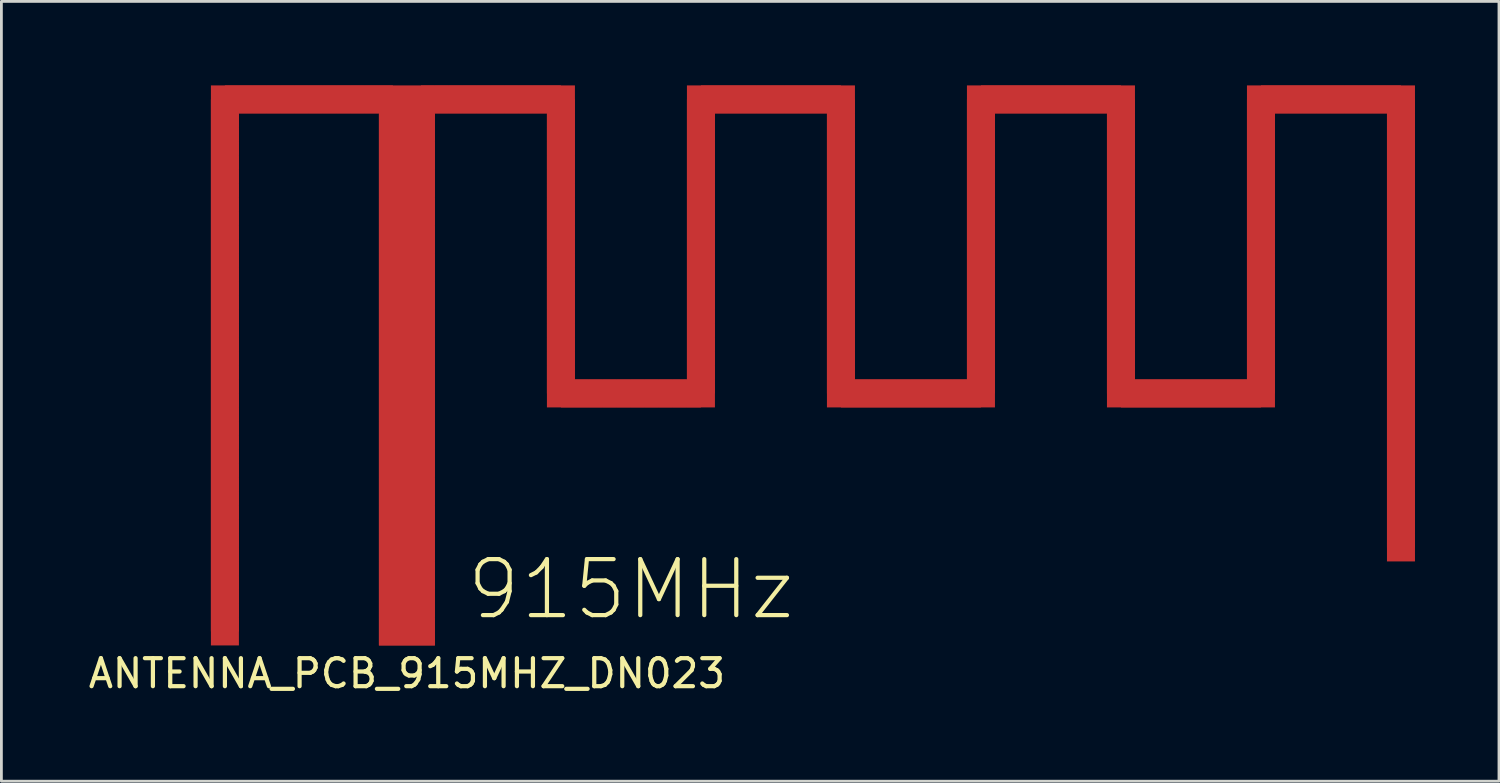
<source format=kicad_pcb>
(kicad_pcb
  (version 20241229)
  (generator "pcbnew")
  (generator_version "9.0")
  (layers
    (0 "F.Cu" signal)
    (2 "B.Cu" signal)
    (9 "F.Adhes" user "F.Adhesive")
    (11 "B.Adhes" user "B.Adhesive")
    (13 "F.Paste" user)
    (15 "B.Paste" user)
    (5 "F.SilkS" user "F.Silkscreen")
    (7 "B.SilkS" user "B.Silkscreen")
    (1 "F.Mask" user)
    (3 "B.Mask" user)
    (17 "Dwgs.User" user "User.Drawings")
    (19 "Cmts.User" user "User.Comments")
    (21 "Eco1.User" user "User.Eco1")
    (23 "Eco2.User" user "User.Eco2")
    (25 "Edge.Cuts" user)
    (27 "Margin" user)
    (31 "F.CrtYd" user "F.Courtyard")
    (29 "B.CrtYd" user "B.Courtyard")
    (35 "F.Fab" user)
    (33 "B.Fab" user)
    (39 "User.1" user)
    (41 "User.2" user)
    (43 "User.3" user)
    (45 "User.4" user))
  (footprint "ANTENNA_PCB_915MHZ_DN023"
    (layer "F.Cu")
    (at 11.482 20)
    (property "Reference" "ANTENNA_PCB_915MHZ_DN023" (at 0 1 0) (layer "F.SilkS") (effects (font (size 1 1) (thickness 0.15))))
    (attr through_hole)
    (fp_text user "915MHz" (at 8 -2 0) (layer "F.SilkS") (effects (font (size 2 2) (thickness 0.15))))
    (pad "" smd rect (at -6.5 -19.5) (size 1 1) (layers "F.Cu"))
    (pad "" smd rect (at -6.5 -19) (size 1 1) (layers "F.Cu"))
    (pad "" smd rect (at -6.5 -18.5) (size 1 1) (layers "F.Cu"))
    (pad "" smd rect (at -6.5 -18) (size 1 1) (layers "F.Cu"))
    (pad "" smd rect (at -6.5 -17.5) (size 1 1) (layers "F.Cu"))
    (pad "" smd rect (at -6.5 -17) (size 1 1) (layers "F.Cu"))
    (pad "" smd rect (at -6.5 -16.5) (size 1 1) (layers "F.Cu"))
    (pad "" smd rect (at -6.5 -16) (size 1 1) (layers "F.Cu"))
    (pad "" smd rect (at -6.5 -15.5) (size 1 1) (layers "F.Cu"))
    (pad "" smd rect (at -6.5 -15) (size 1 1) (layers "F.Cu"))
    (pad "" smd rect (at -6.5 -14.5) (size 1 1) (layers "F.Cu"))
    (pad "" smd rect (at -6.5 -14) (size 1 1) (layers "F.Cu"))
    (pad "" smd rect (at -6.5 -13.5) (size 1 1) (layers "F.Cu"))
    (pad "" smd rect (at -6.5 -13) (size 1 1) (layers "F.Cu"))
    (pad "" smd rect (at -6.5 -12.5) (size 1 1) (layers "F.Cu"))
    (pad "" smd rect (at -6.5 -12) (size 1 1) (layers "F.Cu"))
    (pad "" smd rect (at -6.5 -11.5) (size 1 1) (layers "F.Cu"))
    (pad "" smd rect (at -6.5 -11) (size 1 1) (layers "F.Cu"))
    (pad "" smd rect (at -6.5 -10.5) (size 1 1) (layers "F.Cu"))
    (pad "" smd rect (at -6.5 -10) (size 1 1) (layers "F.Cu"))
    (pad "" smd rect (at -6.5 -9.5) (size 1 1) (layers "F.Cu"))
    (pad "" smd rect (at -6.5 -9) (size 1 1) (layers "F.Cu"))
    (pad "" smd rect (at -6.5 -8.5) (size 1 1) (layers "F.Cu"))
    (pad "" smd rect (at -6.5 -8) (size 1 1) (layers "F.Cu"))
    (pad "" smd rect (at -6.5 -7.5) (size 1 1) (layers "F.Cu"))
    (pad "" smd rect (at -6.5 -7) (size 1 1) (layers "F.Cu"))
    (pad "" smd rect (at -6.5 -6.5) (size 1 1) (layers "F.Cu"))
    (pad "" smd rect (at -6.5 -6) (size 1 1) (layers "F.Cu"))
    (pad "" smd rect (at -6.5 -5.5) (size 1 1) (layers "F.Cu"))
    (pad "" smd rect (at -6.5 -5) (size 1 1) (layers "F.Cu"))
    (pad "" smd rect (at -6.5 -4.5) (size 1 1) (layers "F.Cu"))
    (pad "" smd rect (at -6.5 -4) (size 1 1) (layers "F.Cu"))
    (pad "" smd rect (at -6.5 -3.5) (size 1 1) (layers "F.Cu"))
    (pad "" smd rect (at -6.5 -3) (size 1 1) (layers "F.Cu"))
    (pad "" smd rect (at -6.5 -2.5) (size 1 1) (layers "F.Cu"))
    (pad "" smd rect (at -6.5 -2) (size 1 1) (layers "F.Cu"))
    (pad "" smd rect (at -6.5 -1.5) (size 1 1) (layers "F.Cu"))
    (pad "" smd rect (at -6.5 -1) (size 1 1) (layers "F.Cu"))
    (pad "" smd rect (at -6 -19.5) (size 1 1) (layers "F.Cu"))
    (pad "" smd rect (at -5.5 -19.5) (size 1 1) (layers "F.Cu"))
    (pad "" smd rect (at -5 -19.5) (size 1 1) (layers "F.Cu"))
    (pad "" smd rect (at -4.5 -19.5) (size 1 1) (layers "F.Cu"))
    (pad "" smd rect (at -4 -19.5) (size 1 1) (layers "F.Cu"))
    (pad "" smd rect (at -3.5 -19.5) (size 1 1) (layers "F.Cu"))
    (pad "" smd rect (at -3 -19.5) (size 1 1) (layers "F.Cu"))
    (pad "" smd rect (at -2.5 -19.5) (size 1 1) (layers "F.Cu"))
    (pad "" smd rect (at -2 -19.5) (size 1 1) (layers "F.Cu"))
    (pad "" smd rect (at -1.5 -19.5) (size 1 1) (layers "F.Cu"))
    (pad "" smd rect (at -1 -19.5) (size 1 1) (layers "F.Cu"))
    (pad "" smd rect (at 0 -19) (size 2 2) (layers "F.Cu"))
    (pad "" smd rect (at 0 -18) (size 2 2) (layers "F.Cu"))
    (pad "" smd rect (at 0 -17) (size 2 2) (layers "F.Cu"))
    (pad "" smd rect (at 0 -16) (size 2 2) (layers "F.Cu"))
    (pad "" smd rect (at 0 -15) (size 2 2) (layers "F.Cu"))
    (pad "" smd rect (at 0 -14) (size 2 2) (layers "F.Cu"))
    (pad "" smd rect (at 0 -13) (size 2 2) (layers "F.Cu"))
    (pad "" smd rect (at 0 -12) (size 2 2) (layers "F.Cu"))
    (pad "" smd rect (at 0 -11) (size 2 2) (layers "F.Cu"))
    (pad "" smd rect (at 0 -10) (size 2 2) (layers "F.Cu"))
    (pad "" smd rect (at 0 -9) (size 2 2) (layers "F.Cu"))
    (pad "" smd rect (at 0 -8) (size 2 2) (layers "F.Cu"))
    (pad "" smd rect (at 0 -7) (size 2 2) (layers "F.Cu"))
    (pad "" smd rect (at 0 -6) (size 2 2) (layers "F.Cu"))
    (pad "" smd rect (at 0 -5) (size 2 2) (layers "F.Cu"))
    (pad "" smd rect (at 0 -4) (size 2 2) (layers "F.Cu"))
    (pad "" smd rect (at 0 -3) (size 2 2) (layers "F.Cu"))
    (pad "" smd rect (at 0 -2) (size 2 2) (layers "F.Cu"))
    (pad "" smd rect (at 0 -1) (size 2 2) (layers "F.Cu"))
    (pad "" smd rect (at 1 -19.5) (size 1 1) (layers "F.Cu"))
    (pad "" smd rect (at 1.5 -19.5) (size 1 1) (layers "F.Cu"))
    (pad "" smd rect (at 2 -19.5) (size 1 1) (layers "F.Cu"))
    (pad "" smd rect (at 2.5 -19.5) (size 1 1) (layers "F.Cu"))
    (pad "" smd rect (at 3 -19.5) (size 1 1) (layers "F.Cu"))
    (pad "" smd rect (at 3.5 -19.5) (size 1 1) (layers "F.Cu"))
    (pad "" smd rect (at 4 -19.5) (size 1 1) (layers "F.Cu"))
    (pad "" smd rect (at 4.5 -19.5) (size 1 1) (layers "F.Cu"))
    (pad "" smd rect (at 5 -19.5) (size 1 1) (layers "F.Cu"))
    (pad "" smd rect (at 5.5 -19.5) (size 1 1) (layers "F.Cu"))
    (pad "" smd rect (at 5.5 -19) (size 1 1) (layers "F.Cu"))
    (pad "" smd rect (at 5.5 -18.5) (size 1 1) (layers "F.Cu"))
    (pad "" smd rect (at 5.5 -18) (size 1 1) (layers "F.Cu"))
    (pad "" smd rect (at 5.5 -17.5) (size 1 1) (layers "F.Cu"))
    (pad "" smd rect (at 5.5 -17) (size 1 1) (layers "F.Cu"))
    (pad "" smd rect (at 5.5 -16.5) (size 1 1) (layers "F.Cu"))
    (pad "" smd rect (at 5.5 -16) (size 1 1) (layers "F.Cu"))
    (pad "" smd rect (at 5.5 -15.5) (size 1 1) (layers "F.Cu"))
    (pad "" smd rect (at 5.5 -15) (size 1 1) (layers "F.Cu"))
    (pad "" smd rect (at 5.5 -14.5) (size 1 1) (layers "F.Cu"))
    (pad "" smd rect (at 5.5 -14) (size 1 1) (layers "F.Cu"))
    (pad "" smd rect (at 5.5 -13.5) (size 1 1) (layers "F.Cu"))
    (pad "" smd rect (at 5.5 -13) (size 1 1) (layers "F.Cu"))
    (pad "" smd rect (at 5.5 -12.5) (size 1 1) (layers "F.Cu"))
    (pad "" smd rect (at 5.5 -12) (size 1 1) (layers "F.Cu"))
    (pad "" smd rect (at 5.5 -11.5) (size 1 1) (layers "F.Cu"))
    (pad "" smd rect (at 5.5 -11) (size 1 1) (layers "F.Cu"))
    (pad "" smd rect (at 5.5 -10.5) (size 1 1) (layers "F.Cu"))
    (pad "" smd rect (at 5.5 -10) (size 1 1) (layers "F.Cu"))
    (pad "" smd rect (at 5.5 -9.5) (size 1 1) (layers "F.Cu"))
    (pad "" smd rect (at 5.5 -9) (size 1 1) (layers "F.Cu"))
    (pad "" smd rect (at 6 -9) (size 1 1) (layers "F.Cu"))
    (pad "" smd rect (at 6.5 -9) (size 1 1) (layers "F.Cu"))
    (pad "" smd rect (at 7 -9) (size 1 1) (layers "F.Cu"))
    (pad "" smd rect (at 7.5 -9) (size 1 1) (layers "F.Cu"))
    (pad "" smd rect (at 8 -9) (size 1 1) (layers "F.Cu"))
    (pad "" smd rect (at 8.5 -9) (size 1 1) (layers "F.Cu"))
    (pad "" smd rect (at 9 -9) (size 1 1) (layers "F.Cu"))
    (pad "" smd rect (at 9.5 -9) (size 1 1) (layers "F.Cu"))
    (pad "" smd rect (at 10 -9) (size 1 1) (layers "F.Cu"))
    (pad "" smd rect (at 10.5 -19.5) (size 1 1) (layers "F.Cu"))
    (pad "" smd rect (at 10.5 -19) (size 1 1) (layers "F.Cu"))
    (pad "" smd rect (at 10.5 -18.5) (size 1 1) (layers "F.Cu"))
    (pad "" smd rect (at 10.5 -18) (size 1 1) (layers "F.Cu"))
    (pad "" smd rect (at 10.5 -17.5) (size 1 1) (layers "F.Cu"))
    (pad "" smd rect (at 10.5 -17) (size 1 1) (layers "F.Cu"))
    (pad "" smd rect (at 10.5 -16.5) (size 1 1) (layers "F.Cu"))
    (pad "" smd rect (at 10.5 -16) (size 1 1) (layers "F.Cu"))
    (pad "" smd rect (at 10.5 -15.5) (size 1 1) (layers "F.Cu"))
    (pad "" smd rect (at 10.5 -15) (size 1 1) (layers "F.Cu"))
    (pad "" smd rect (at 10.5 -14.5) (size 1 1) (layers "F.Cu"))
    (pad "" smd rect (at 10.5 -14) (size 1 1) (layers "F.Cu"))
    (pad "" smd rect (at 10.5 -13.5) (size 1 1) (layers "F.Cu"))
    (pad "" smd rect (at 10.5 -13) (size 1 1) (layers "F.Cu"))
    (pad "" smd rect (at 10.5 -12.5) (size 1 1) (layers "F.Cu"))
    (pad "" smd rect (at 10.5 -12) (size 1 1) (layers "F.Cu"))
    (pad "" smd rect (at 10.5 -11.5) (size 1 1) (layers "F.Cu"))
    (pad "" smd rect (at 10.5 -11) (size 1 1) (layers "F.Cu"))
    (pad "" smd rect (at 10.5 -10.5) (size 1 1) (layers "F.Cu"))
    (pad "" smd rect (at 10.5 -10) (size 1 1) (layers "F.Cu"))
    (pad "" smd rect (at 10.5 -9.5) (size 1 1) (layers "F.Cu"))
    (pad "" smd rect (at 10.5 -9) (size 1 1) (layers "F.Cu"))
    (pad "" smd rect (at 11 -19.5) (size 1 1) (layers "F.Cu"))
    (pad "" smd rect (at 11.5 -19.5) (size 1 1) (layers "F.Cu"))
    (pad "" smd rect (at 12 -19.5) (size 1 1) (layers "F.Cu"))
    (pad "" smd rect (at 12.5 -19.5) (size 1 1) (layers "F.Cu"))
    (pad "" smd rect (at 13 -19.5) (size 1 1) (layers "F.Cu"))
    (pad "" smd rect (at 13.5 -19.5) (size 1 1) (layers "F.Cu"))
    (pad "" smd rect (at 14 -19.5) (size 1 1) (layers "F.Cu"))
    (pad "" smd rect (at 14.5 -19.5) (size 1 1) (layers "F.Cu"))
    (pad "" smd rect (at 15 -19.5) (size 1 1) (layers "F.Cu"))
    (pad "" smd rect (at 15.5 -19.5) (size 1 1) (layers "F.Cu"))
    (pad "" smd rect (at 15.5 -19) (size 1 1) (layers "F.Cu"))
    (pad "" smd rect (at 15.5 -18.5) (size 1 1) (layers "F.Cu"))
    (pad "" smd rect (at 15.5 -18) (size 1 1) (layers "F.Cu"))
    (pad "" smd rect (at 15.5 -17.5) (size 1 1) (layers "F.Cu"))
    (pad "" smd rect (at 15.5 -17) (size 1 1) (layers "F.Cu"))
    (pad "" smd rect (at 15.5 -16.5) (size 1 1) (layers "F.Cu"))
    (pad "" smd rect (at 15.5 -16) (size 1 1) (layers "F.Cu"))
    (pad "" smd rect (at 15.5 -15.5) (size 1 1) (layers "F.Cu"))
    (pad "" smd rect (at 15.5 -15) (size 1 1) (layers "F.Cu"))
    (pad "" smd rect (at 15.5 -14.5) (size 1 1) (layers "F.Cu"))
    (pad "" smd rect (at 15.5 -14) (size 1 1) (layers "F.Cu"))
    (pad "" smd rect (at 15.5 -13.5) (size 1 1) (layers "F.Cu"))
    (pad "" smd rect (at 15.5 -13) (size 1 1) (layers "F.Cu"))
    (pad "" smd rect (at 15.5 -12.5) (size 1 1) (layers "F.Cu"))
    (pad "" smd rect (at 15.5 -12) (size 1 1) (layers "F.Cu"))
    (pad "" smd rect (at 15.5 -11.5) (size 1 1) (layers "F.Cu"))
    (pad "" smd rect (at 15.5 -11) (size 1 1) (layers "F.Cu"))
    (pad "" smd rect (at 15.5 -10.5) (size 1 1) (layers "F.Cu"))
    (pad "" smd rect (at 15.5 -10) (size 1 1) (layers "F.Cu"))
    (pad "" smd rect (at 15.5 -9.5) (size 1 1) (layers "F.Cu"))
    (pad "" smd rect (at 15.5 -9) (size 1 1) (layers "F.Cu"))
    (pad "" smd rect (at 16 -9) (size 1 1) (layers "F.Cu"))
    (pad "" smd rect (at 16.5 -9) (size 1 1) (layers "F.Cu"))
    (pad "" smd rect (at 17 -9) (size 1 1) (layers "F.Cu"))
    (pad "" smd rect (at 17.5 -9) (size 1 1) (layers "F.Cu"))
    (pad "" smd rect (at 18 -9) (size 1 1) (layers "F.Cu"))
    (pad "" smd rect (at 18.5 -9) (size 1 1) (layers "F.Cu"))
    (pad "" smd rect (at 19 -9) (size 1 1) (layers "F.Cu"))
    (pad "" smd rect (at 19.5 -9) (size 1 1) (layers "F.Cu"))
    (pad "" smd rect (at 20 -9) (size 1 1) (layers "F.Cu"))
    (pad "" smd rect (at 20.5 -19.5) (size 1 1) (layers "F.Cu"))
    (pad "" smd rect (at 20.5 -19) (size 1 1) (layers "F.Cu"))
    (pad "" smd rect (at 20.5 -18.5) (size 1 1) (layers "F.Cu"))
    (pad "" smd rect (at 20.5 -18) (size 1 1) (layers "F.Cu"))
    (pad "" smd rect (at 20.5 -17.5) (size 1 1) (layers "F.Cu"))
    (pad "" smd rect (at 20.5 -17) (size 1 1) (layers "F.Cu"))
    (pad "" smd rect (at 20.5 -16.5) (size 1 1) (layers "F.Cu"))
    (pad "" smd rect (at 20.5 -16) (size 1 1) (layers "F.Cu"))
    (pad "" smd rect (at 20.5 -15.5) (size 1 1) (layers "F.Cu"))
    (pad "" smd rect (at 20.5 -15) (size 1 1) (layers "F.Cu"))
    (pad "" smd rect (at 20.5 -14.5) (size 1 1) (layers "F.Cu"))
    (pad "" smd rect (at 20.5 -14) (size 1 1) (layers "F.Cu"))
    (pad "" smd rect (at 20.5 -13.5) (size 1 1) (layers "F.Cu"))
    (pad "" smd rect (at 20.5 -13) (size 1 1) (layers "F.Cu"))
    (pad "" smd rect (at 20.5 -12.5) (size 1 1) (layers "F.Cu"))
    (pad "" smd rect (at 20.5 -12) (size 1 1) (layers "F.Cu"))
    (pad "" smd rect (at 20.5 -11.5) (size 1 1) (layers "F.Cu"))
    (pad "" smd rect (at 20.5 -11) (size 1 1) (layers "F.Cu"))
    (pad "" smd rect (at 20.5 -10.5) (size 1 1) (layers "F.Cu"))
    (pad "" smd rect (at 20.5 -10) (size 1 1) (layers "F.Cu"))
    (pad "" smd rect (at 20.5 -9.5) (size 1 1) (layers "F.Cu"))
    (pad "" smd rect (at 20.5 -9) (size 1 1) (layers "F.Cu"))
    (pad "" smd rect (at 21 -19.5) (size 1 1) (layers "F.Cu"))
    (pad "" smd rect (at 21.5 -19.5) (size 1 1) (layers "F.Cu"))
    (pad "" smd rect (at 22 -19.5) (size 1 1) (layers "F.Cu"))
    (pad "" smd rect (at 22.5 -19.5) (size 1 1) (layers "F.Cu"))
    (pad "" smd rect (at 23 -19.5) (size 1 1) (layers "F.Cu"))
    (pad "" smd rect (at 23.5 -19.5) (size 1 1) (layers "F.Cu"))
    (pad "" smd rect (at 24 -19.5) (size 1 1) (layers "F.Cu"))
    (pad "" smd rect (at 24.5 -19.5) (size 1 1) (layers "F.Cu"))
    (pad "" smd rect (at 25 -19.5) (size 1 1) (layers "F.Cu"))
    (pad "" smd rect (at 25.5 -19.5) (size 1 1) (layers "F.Cu"))
    (pad "" smd rect (at 25.5 -19) (size 1 1) (layers "F.Cu"))
    (pad "" smd rect (at 25.5 -18.5) (size 1 1) (layers "F.Cu"))
    (pad "" smd rect (at 25.5 -18) (size 1 1) (layers "F.Cu"))
    (pad "" smd rect (at 25.5 -17.5) (size 1 1) (layers "F.Cu"))
    (pad "" smd rect (at 25.5 -17) (size 1 1) (layers "F.Cu"))
    (pad "" smd rect (at 25.5 -16.5) (size 1 1) (layers "F.Cu"))
    (pad "" smd rect (at 25.5 -16) (size 1 1) (layers "F.Cu"))
    (pad "" smd rect (at 25.5 -15.5) (size 1 1) (layers "F.Cu"))
    (pad "" smd rect (at 25.5 -15) (size 1 1) (layers "F.Cu"))
    (pad "" smd rect (at 25.5 -14.5) (size 1 1) (layers "F.Cu"))
    (pad "" smd rect (at 25.5 -14) (size 1 1) (layers "F.Cu"))
    (pad "" smd rect (at 25.5 -13.5) (size 1 1) (layers "F.Cu"))
    (pad "" smd rect (at 25.5 -13) (size 1 1) (layers "F.Cu"))
    (pad "" smd rect (at 25.5 -12.5) (size 1 1) (layers "F.Cu"))
    (pad "" smd rect (at 25.5 -12) (size 1 1) (layers "F.Cu"))
    (pad "" smd rect (at 25.5 -11.5) (size 1 1) (layers "F.Cu"))
    (pad "" smd rect (at 25.5 -11) (size 1 1) (layers "F.Cu"))
    (pad "" smd rect (at 25.5 -10.5) (size 1 1) (layers "F.Cu"))
    (pad "" smd rect (at 25.5 -10) (size 1 1) (layers "F.Cu"))
    (pad "" smd rect (at 25.5 -9.5) (size 1 1) (layers "F.Cu"))
    (pad "" smd rect (at 25.5 -9) (size 1 1) (layers "F.Cu"))
    (pad "" smd rect (at 26 -9) (size 1 1) (layers "F.Cu"))
    (pad "" smd rect (at 26.5 -9) (size 1 1) (layers "F.Cu"))
    (pad "" smd rect (at 27 -9) (size 1 1) (layers "F.Cu"))
    (pad "" smd rect (at 27.5 -9) (size 1 1) (layers "F.Cu"))
    (pad "" smd rect (at 28 -9) (size 1 1) (layers "F.Cu"))
    (pad "" smd rect (at 28.5 -9) (size 1 1) (layers "F.Cu"))
    (pad "" smd rect (at 29 -9) (size 1 1) (layers "F.Cu"))
    (pad "" smd rect (at 29.5 -9) (size 1 1) (layers "F.Cu"))
    (pad "" smd rect (at 30 -9) (size 1 1) (layers "F.Cu"))
    (pad "" smd rect (at 30.5 -19.5) (size 1 1) (layers "F.Cu"))
    (pad "" smd rect (at 30.5 -19) (size 1 1) (layers "F.Cu"))
    (pad "" smd rect (at 30.5 -18.5) (size 1 1) (layers "F.Cu"))
    (pad "" smd rect (at 30.5 -18) (size 1 1) (layers "F.Cu"))
    (pad "" smd rect (at 30.5 -17.5) (size 1 1) (layers "F.Cu"))
    (pad "" smd rect (at 30.5 -17) (size 1 1) (layers "F.Cu"))
    (pad "" smd rect (at 30.5 -16.5) (size 1 1) (layers "F.Cu"))
    (pad "" smd rect (at 30.5 -16) (size 1 1) (layers "F.Cu"))
    (pad "" smd rect (at 30.5 -15.5) (size 1 1) (layers "F.Cu"))
    (pad "" smd rect (at 30.5 -15) (size 1 1) (layers "F.Cu"))
    (pad "" smd rect (at 30.5 -14.5) (size 1 1) (layers "F.Cu"))
    (pad "" smd rect (at 30.5 -14) (size 1 1) (layers "F.Cu"))
    (pad "" smd rect (at 30.5 -13.5) (size 1 1) (layers "F.Cu"))
    (pad "" smd rect (at 30.5 -13) (size 1 1) (layers "F.Cu"))
    (pad "" smd rect (at 30.5 -12.5) (size 1 1) (layers "F.Cu"))
    (pad "" smd rect (at 30.5 -12) (size 1 1) (layers "F.Cu"))
    (pad "" smd rect (at 30.5 -11.5) (size 1 1) (layers "F.Cu"))
    (pad "" smd rect (at 30.5 -11) (size 1 1) (layers "F.Cu"))
    (pad "" smd rect (at 30.5 -10.5) (size 1 1) (layers "F.Cu"))
    (pad "" smd rect (at 30.5 -10) (size 1 1) (layers "F.Cu"))
    (pad "" smd rect (at 30.5 -9.5) (size 1 1) (layers "F.Cu"))
    (pad "" smd rect (at 30.5 -9) (size 1 1) (layers "F.Cu"))
    (pad "" smd rect (at 31 -19.5) (size 1 1) (layers "F.Cu"))
    (pad "" smd rect (at 31.5 -19.5) (size 1 1) (layers "F.Cu"))
    (pad "" smd rect (at 32 -19.5) (size 1 1) (layers "F.Cu"))
    (pad "" smd rect (at 32.5 -19.5) (size 1 1) (layers "F.Cu"))
    (pad "" smd rect (at 33 -19.5) (size 1 1) (layers "F.Cu"))
    (pad "" smd rect (at 33.5 -19.5) (size 1 1) (layers "F.Cu"))
    (pad "" smd rect (at 34 -19.5) (size 1 1) (layers "F.Cu"))
    (pad "" smd rect (at 34.5 -19.5) (size 1 1) (layers "F.Cu"))
    (pad "" smd rect (at 35 -19.5) (size 1 1) (layers "F.Cu"))
    (pad "" smd rect (at 35.5 -19.5) (size 1 1) (layers "F.Cu"))
    (pad "" smd rect (at 35.5 -19) (size 1 1) (layers "F.Cu"))
    (pad "" smd rect (at 35.5 -18.5) (size 1 1) (layers "F.Cu"))
    (pad "" smd rect (at 35.5 -18) (size 1 1) (layers "F.Cu"))
    (pad "" smd rect (at 35.5 -17.5) (size 1 1) (layers "F.Cu"))
    (pad "" smd rect (at 35.5 -17) (size 1 1) (layers "F.Cu"))
    (pad "" smd rect (at 35.5 -16.5) (size 1 1) (layers "F.Cu"))
    (pad "" smd rect (at 35.5 -16) (size 1 1) (layers "F.Cu"))
    (pad "" smd rect (at 35.5 -15.5) (size 1 1) (layers "F.Cu"))
    (pad "" smd rect (at 35.5 -15) (size 1 1) (layers "F.Cu"))
    (pad "" smd rect (at 35.5 -14.5) (size 1 1) (layers "F.Cu"))
    (pad "" smd rect (at 35.5 -14) (size 1 1) (layers "F.Cu"))
    (pad "" smd rect (at 35.5 -13.5) (size 1 1) (layers "F.Cu"))
    (pad "" smd rect (at 35.5 -13) (size 1 1) (layers "F.Cu"))
    (pad "" smd rect (at 35.5 -12.5) (size 1 1) (layers "F.Cu"))
    (pad "" smd rect (at 35.5 -12) (size 1 1) (layers "F.Cu"))
    (pad "" smd rect (at 35.5 -11.5) (size 1 1) (layers "F.Cu"))
    (pad "" smd rect (at 35.5 -11) (size 1 1) (layers "F.Cu"))
    (pad "" smd rect (at 35.5 -10.5) (size 1 1) (layers "F.Cu"))
    (pad "" smd rect (at 35.5 -10) (size 1 1) (layers "F.Cu"))
    (pad "" smd rect (at 35.5 -9.5) (size 1 1) (layers "F.Cu"))
    (pad "" smd rect (at 35.5 -9) (size 1 1) (layers "F.Cu"))
    (pad "" smd rect (at 35.5 -8.5) (size 1 1) (layers "F.Cu"))
    (pad "" smd rect (at 35.5 -8) (size 1 1) (layers "F.Cu"))
    (pad "" smd rect (at 35.5 -7.5) (size 1 1) (layers "F.Cu"))
    (pad "" smd rect (at 35.5 -7) (size 1 1) (layers "F.Cu"))
    (pad "" smd rect (at 35.5 -6.5) (size 1 1) (layers "F.Cu"))
    (pad "" smd rect (at 35.5 -6) (size 1 1) (layers "F.Cu"))
    (pad "" smd rect (at 35.5 -5.5) (size 1 1) (layers "F.Cu"))
    (pad "" smd rect (at 35.5 -5) (size 1 1) (layers "F.Cu"))
    (pad "" smd rect (at 35.5 -4.5) (size 1 1) (layers "F.Cu"))
    (pad "" smd rect (at 35.5 -4) (size 1 1) (layers "F.Cu"))
    (pad "" smd rect (at 35.5 -3.5) (size 1 1) (layers "F.Cu"))
    (pad "1" smd rect (at 0 -0.5) (size 2 1) (layers "F.Cu"))
    (pad "2" smd rect (at -6.5 -0.5) (size 1 1) (layers "F.Cu")))
  (gr_rect
    (start -3 -3)
    (end 50.482 24.848)
    (stroke (width 0.1) (type default))
    (fill no)
    (layer "Edge.Cuts")))
</source>
